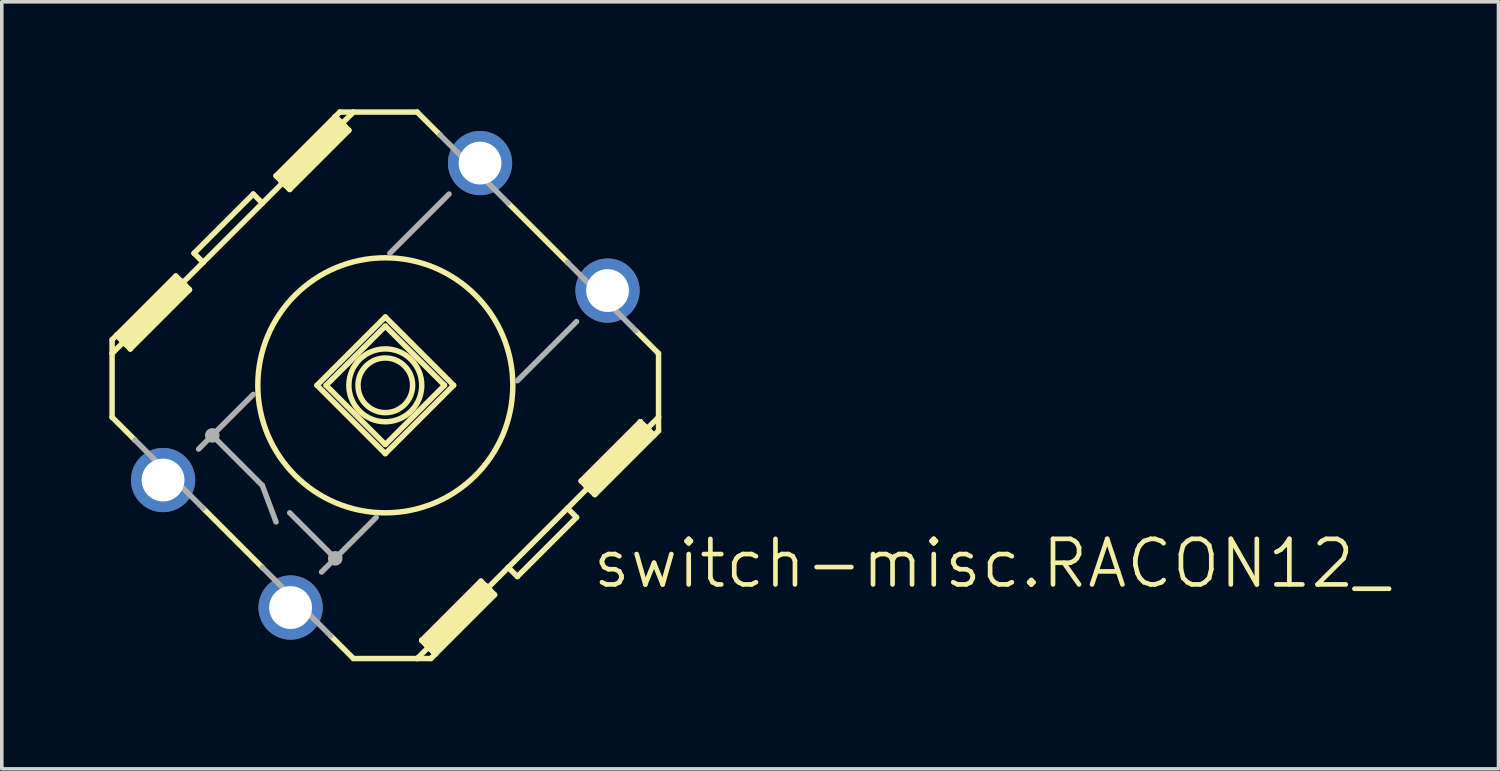
<source format=kicad_pcb>
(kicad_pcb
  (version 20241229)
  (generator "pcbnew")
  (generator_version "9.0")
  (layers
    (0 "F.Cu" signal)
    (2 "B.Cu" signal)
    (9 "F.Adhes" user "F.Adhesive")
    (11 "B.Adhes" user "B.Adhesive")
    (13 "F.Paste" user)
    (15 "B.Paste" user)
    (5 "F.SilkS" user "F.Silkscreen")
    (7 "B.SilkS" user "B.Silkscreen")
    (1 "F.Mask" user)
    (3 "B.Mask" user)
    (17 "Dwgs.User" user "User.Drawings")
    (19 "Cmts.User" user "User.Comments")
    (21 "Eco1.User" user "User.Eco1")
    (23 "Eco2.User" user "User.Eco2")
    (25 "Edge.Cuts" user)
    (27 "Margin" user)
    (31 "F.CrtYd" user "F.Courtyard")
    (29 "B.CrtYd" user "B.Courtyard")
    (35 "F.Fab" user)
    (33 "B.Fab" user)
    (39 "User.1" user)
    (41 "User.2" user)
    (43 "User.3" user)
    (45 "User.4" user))
  (footprint "switch-misc.RACON12_"
    (layer "F.Cu")
    (at 7.696 7.696)
    (property "Reference" "switch-misc.RACON12_" (at 5.715 5.715 0) (layer "F.SilkS") (effects (font (size 1.27 1.27) (thickness 0.13)) (justify left bottom)))
    (attr through_hole)
    (fp_line (start -7.62 -1.27) (end -7.62 -0.889) (stroke (width 0.152) (type default)) (layer "F.SilkS"))
    (fp_line (start -7.62 -0.889) (end -7.62 0.889) (stroke (width 0.152) (type default)) (layer "F.SilkS"))
    (fp_line (start -7.62 -0.889) (end -5.08 -3.429) (stroke (width 0.152) (type default)) (layer "F.SilkS"))
    (fp_line (start -7.62 0.889) (end -6.985 1.524) (stroke (width 0.152) (type default)) (layer "F.SilkS"))
    (fp_line (start -7.493 -1.397) (end -7.62 -1.27) (stroke (width 0.152) (type default)) (layer "F.SilkS"))
    (fp_line (start -7.493 -1.397) (end -7.366 -1.27) (stroke (width 0.152) (type default)) (layer "F.SilkS"))
    (fp_line (start -7.366 -1.397) (end -5.842 -2.921) (stroke (width 0.152) (type default)) (layer "F.SilkS"))
    (fp_line (start -7.366 -1.27) (end -7.366 -1.397) (stroke (width 0.152) (type default)) (layer "F.SilkS"))
    (fp_line (start -7.366 -1.27) (end -7.239 -1.143) (stroke (width 0.152) (type default)) (layer "F.SilkS"))
    (fp_line (start -7.366 -1.27) (end -5.715 -2.921) (stroke (width 0.152) (type default)) (layer "F.SilkS"))
    (fp_line (start -7.239 -1.143) (end -7.112 -1.016) (stroke (width 0.152) (type default)) (layer "F.SilkS"))
    (fp_line (start -7.112 -1.016) (end -7.112 -1.143) (stroke (width 0.152) (type default)) (layer "F.SilkS"))
    (fp_line (start -7.112 -1.016) (end -5.461 -2.667) (stroke (width 0.152) (type default)) (layer "F.SilkS"))
    (fp_line (start -5.842 -3.048) (end -7.493 -1.397) (stroke (width 0.152) (type default)) (layer "F.SilkS"))
    (fp_line (start -5.715 -2.921) (end -5.842 -3.048) (stroke (width 0.152) (type default)) (layer "F.SilkS"))
    (fp_line (start -5.588 -2.794) (end -7.239 -1.143) (stroke (width 0.152) (type default)) (layer "F.SilkS"))
    (fp_line (start -5.588 -2.794) (end -5.715 -2.921) (stroke (width 0.152) (type default)) (layer "F.SilkS"))
    (fp_line (start -5.588 -2.667) (end -7.112 -1.143) (stroke (width 0.152) (type default)) (layer "F.SilkS"))
    (fp_line (start -5.461 -2.667) (end -5.588 -2.794) (stroke (width 0.152) (type default)) (layer "F.SilkS"))
    (fp_line (start -5.08 -3.429) (end -5.334 -3.683) (stroke (width 0.152) (type default)) (layer "F.SilkS"))
    (fp_line (start -5.08 -3.429) (end -3.429 -5.08) (stroke (width 0.152) (type default)) (layer "F.SilkS"))
    (fp_line (start -5.08 3.429) (end -3.429 5.08) (stroke (width 0.152) (type default)) (layer "F.SilkS"))
    (fp_line (start -3.683 -5.334) (end -5.334 -3.683) (stroke (width 0.152) (type default)) (layer "F.SilkS"))
    (fp_line (start -3.683 -5.334) (end -3.429 -5.08) (stroke (width 0.152) (type default)) (layer "F.SilkS"))
    (fp_line (start -3.429 -5.08) (end -0.889 -7.62) (stroke (width 0.152) (type default)) (layer "F.SilkS"))
    (fp_line (start -3.048 -5.842) (end -2.921 -5.715) (stroke (width 0.152) (type default)) (layer "F.SilkS"))
    (fp_line (start -2.921 -5.842) (end -1.397 -7.366) (stroke (width 0.152) (type default)) (layer "F.SilkS"))
    (fp_line (start -2.921 -5.715) (end -2.794 -5.588) (stroke (width 0.152) (type default)) (layer "F.SilkS"))
    (fp_line (start -2.921 -5.715) (end -1.27 -7.366) (stroke (width 0.152) (type default)) (layer "F.SilkS"))
    (fp_line (start -2.794 -5.588) (end -2.667 -5.461) (stroke (width 0.152) (type default)) (layer "F.SilkS"))
    (fp_line (start -2.667 -5.461) (end -1.016 -7.112) (stroke (width 0.152) (type default)) (layer "F.SilkS"))
    (fp_line (start -1.524 6.985) (end -0.889 7.62) (stroke (width 0.152) (type default)) (layer "F.SilkS"))
    (fp_line (start -1.397 -7.493) (end -3.048 -5.842) (stroke (width 0.152) (type default)) (layer "F.SilkS"))
    (fp_line (start -1.397 -7.493) (end -1.397 -7.366) (stroke (width 0.152) (type default)) (layer "F.SilkS"))
    (fp_line (start -1.27 -7.62) (end -1.397 -7.493) (stroke (width 0.152) (type default)) (layer "F.SilkS"))
    (fp_line (start -1.27 -7.62) (end -0.889 -7.62) (stroke (width 0.152) (type default)) (layer "F.SilkS"))
    (fp_line (start -1.27 -7.366) (end -1.397 -7.493) (stroke (width 0.152) (type default)) (layer "F.SilkS"))
    (fp_line (start -1.143 -7.239) (end -2.794 -5.588) (stroke (width 0.152) (type default)) (layer "F.SilkS"))
    (fp_line (start -1.143 -7.239) (end -1.27 -7.366) (stroke (width 0.152) (type default)) (layer "F.SilkS"))
    (fp_line (start -1.143 -7.239) (end -1.143 -7.112) (stroke (width 0.152) (type default)) (layer "F.SilkS"))
    (fp_line (start -1.143 -7.112) (end -2.667 -5.588) (stroke (width 0.152) (type default)) (layer "F.SilkS"))
    (fp_line (start -1.016 -7.112) (end -1.143 -7.239) (stroke (width 0.152) (type default)) (layer "F.SilkS"))
    (fp_line (start -0.889 -7.62) (end 0.889 -7.62) (stroke (width 0.152) (type default)) (layer "F.SilkS"))
    (fp_line (start -0.889 7.62) (end 0.889 7.62) (stroke (width 0.152) (type default)) (layer "F.SilkS"))
    (fp_line (start 0 -1.905) (end -1.905 0) (stroke (width 0.152) (type default)) (layer "F.SilkS"))
    (fp_line (start 0 -1.905) (end 1.905 0) (stroke (width 0.152) (type default)) (layer "F.SilkS"))
    (fp_line (start 0 -1.651) (end -1.651 0) (stroke (width 0.152) (type default)) (layer "F.SilkS"))
    (fp_line (start 0 -1.651) (end 1.651 0) (stroke (width 0.152) (type default)) (layer "F.SilkS"))
    (fp_line (start 0 1.651) (end -1.651 0) (stroke (width 0.152) (type default)) (layer "F.SilkS"))
    (fp_line (start 0 1.651) (end 1.651 0) (stroke (width 0.152) (type default)) (layer "F.SilkS"))
    (fp_line (start 0 1.905) (end -1.905 0) (stroke (width 0.152) (type default)) (layer "F.SilkS"))
    (fp_line (start 0 1.905) (end 1.905 0) (stroke (width 0.152) (type default)) (layer "F.SilkS"))
    (fp_line (start 0.889 -7.62) (end 1.524 -6.985) (stroke (width 0.152) (type default)) (layer "F.SilkS"))
    (fp_line (start 0.889 7.62) (end 3.429 5.08) (stroke (width 0.152) (type default)) (layer "F.SilkS"))
    (fp_line (start 1.016 7.112) (end 1.143 7.239) (stroke (width 0.152) (type default)) (layer "F.SilkS"))
    (fp_line (start 1.143 7.112) (end 2.667 5.588) (stroke (width 0.152) (type default)) (layer "F.SilkS"))
    (fp_line (start 1.143 7.239) (end 1.143 7.112) (stroke (width 0.152) (type default)) (layer "F.SilkS"))
    (fp_line (start 1.143 7.239) (end 1.27 7.366) (stroke (width 0.152) (type default)) (layer "F.SilkS"))
    (fp_line (start 1.143 7.239) (end 2.794 5.588) (stroke (width 0.152) (type default)) (layer "F.SilkS"))
    (fp_line (start 1.27 7.366) (end 1.397 7.493) (stroke (width 0.152) (type default)) (layer "F.SilkS"))
    (fp_line (start 1.27 7.62) (end 0.889 7.62) (stroke (width 0.152) (type default)) (layer "F.SilkS"))
    (fp_line (start 1.27 7.62) (end 1.397 7.493) (stroke (width 0.152) (type default)) (layer "F.SilkS"))
    (fp_line (start 1.397 7.493) (end 1.016 7.112) (stroke (width 0.152) (type default)) (layer "F.SilkS"))
    (fp_line (start 1.397 7.493) (end 1.397 7.366) (stroke (width 0.152) (type default)) (layer "F.SilkS"))
    (fp_line (start 1.397 7.493) (end 3.048 5.842) (stroke (width 0.152) (type default)) (layer "F.SilkS"))
    (fp_line (start 2.667 5.461) (end 1.016 7.112) (stroke (width 0.152) (type default)) (layer "F.SilkS"))
    (fp_line (start 2.794 5.588) (end 2.667 5.461) (stroke (width 0.152) (type default)) (layer "F.SilkS"))
    (fp_line (start 2.921 5.715) (end 1.27 7.366) (stroke (width 0.152) (type default)) (layer "F.SilkS"))
    (fp_line (start 2.921 5.715) (end 2.794 5.588) (stroke (width 0.152) (type default)) (layer "F.SilkS"))
    (fp_line (start 2.921 5.842) (end 1.397 7.366) (stroke (width 0.152) (type default)) (layer "F.SilkS"))
    (fp_line (start 3.048 5.842) (end 2.921 5.715) (stroke (width 0.152) (type default)) (layer "F.SilkS"))
    (fp_line (start 3.429 -5.08) (end 5.08 -3.429) (stroke (width 0.152) (type default)) (layer "F.SilkS"))
    (fp_line (start 3.429 5.08) (end 7.62 0.889) (stroke (width 0.152) (type default)) (layer "F.SilkS"))
    (fp_line (start 3.683 5.334) (end 3.429 5.08) (stroke (width 0.152) (type default)) (layer "F.SilkS"))
    (fp_line (start 5.08 3.429) (end 5.334 3.683) (stroke (width 0.152) (type default)) (layer "F.SilkS"))
    (fp_line (start 5.334 3.683) (end 3.683 5.334) (stroke (width 0.152) (type default)) (layer "F.SilkS"))
    (fp_line (start 5.461 2.667) (end 5.588 2.794) (stroke (width 0.152) (type default)) (layer "F.SilkS"))
    (fp_line (start 5.588 2.667) (end 7.112 1.143) (stroke (width 0.152) (type default)) (layer "F.SilkS"))
    (fp_line (start 5.588 2.794) (end 5.715 2.921) (stroke (width 0.152) (type default)) (layer "F.SilkS"))
    (fp_line (start 5.588 2.794) (end 7.239 1.143) (stroke (width 0.152) (type default)) (layer "F.SilkS"))
    (fp_line (start 5.715 2.921) (end 5.842 3.048) (stroke (width 0.152) (type default)) (layer "F.SilkS"))
    (fp_line (start 5.842 3.048) (end 7.493 1.397) (stroke (width 0.152) (type default)) (layer "F.SilkS"))
    (fp_line (start 6.985 -1.524) (end 7.62 -0.889) (stroke (width 0.152) (type default)) (layer "F.SilkS"))
    (fp_line (start 7.112 1.016) (end 5.461 2.667) (stroke (width 0.152) (type default)) (layer "F.SilkS"))
    (fp_line (start 7.112 1.016) (end 7.112 1.143) (stroke (width 0.152) (type default)) (layer "F.SilkS"))
    (fp_line (start 7.239 1.143) (end 7.112 1.016) (stroke (width 0.152) (type default)) (layer "F.SilkS"))
    (fp_line (start 7.366 1.27) (end 5.715 2.921) (stroke (width 0.152) (type default)) (layer "F.SilkS"))
    (fp_line (start 7.366 1.27) (end 7.239 1.143) (stroke (width 0.152) (type default)) (layer "F.SilkS"))
    (fp_line (start 7.366 1.27) (end 7.366 1.397) (stroke (width 0.152) (type default)) (layer "F.SilkS"))
    (fp_line (start 7.366 1.397) (end 5.842 2.921) (stroke (width 0.152) (type default)) (layer "F.SilkS"))
    (fp_line (start 7.493 1.397) (end 7.366 1.27) (stroke (width 0.152) (type default)) (layer "F.SilkS"))
    (fp_line (start 7.493 1.397) (end 7.62 1.27) (stroke (width 0.152) (type default)) (layer "F.SilkS"))
    (fp_line (start 7.62 -0.889) (end 7.62 0.889) (stroke (width 0.152) (type default)) (layer "F.SilkS"))
    (fp_line (start 7.62 1.27) (end 7.62 0.889) (stroke (width 0.152) (type default)) (layer "F.SilkS"))
    (fp_circle (center 0 0) (end 0.762 0) (stroke (width 0.152) (type default)) (fill no) (layer "F.SilkS"))
    (fp_circle (center 0 0) (end 1.016 0) (stroke (width 0.152) (type default)) (fill no) (layer "F.SilkS"))
    (fp_circle (center 0 0) (end 3.556 0) (stroke (width 0.152) (type default)) (fill no) (layer "F.SilkS"))
    (fp_line (start -6.604 2.413) (end -5.969 3.048) (stroke (width 0.152) (type default)) (layer "F.Fab"))
    (fp_line (start -6.477 2.286) (end -6.604 2.413) (stroke (width 0.152) (type default)) (layer "F.Fab"))
    (fp_line (start -6.477 2.286) (end -6.477 2.413) (stroke (width 0.152) (type default)) (layer "F.Fab"))
    (fp_line (start -6.477 2.286) (end -5.842 2.921) (stroke (width 0.152) (type default)) (layer "F.Fab"))
    (fp_line (start -6.477 2.413) (end -5.969 2.921) (stroke (width 0.152) (type default)) (layer "F.Fab"))
    (fp_line (start -6.35 2.159) (end -6.985 1.524) (stroke (width 0.152) (type default)) (layer "F.Fab"))
    (fp_line (start -6.35 2.159) (end -6.477 2.286) (stroke (width 0.152) (type default)) (layer "F.Fab"))
    (fp_line (start -6.35 2.286) (end -5.842 2.794) (stroke (width 0.152) (type default)) (layer "F.Fab"))
    (fp_line (start -5.969 3.048) (end -5.842 2.921) (stroke (width 0.152) (type default)) (layer "F.Fab"))
    (fp_line (start -5.842 2.921) (end -5.715 2.794) (stroke (width 0.152) (type default)) (layer "F.Fab"))
    (fp_line (start -5.715 2.794) (end -6.35 2.159) (stroke (width 0.152) (type default)) (layer "F.Fab"))
    (fp_line (start -5.715 2.794) (end -5.842 2.794) (stroke (width 0.152) (type default)) (layer "F.Fab"))
    (fp_line (start -5.207 1.778) (end -4.826 1.397) (stroke (width 0.152) (type default)) (layer "F.Fab"))
    (fp_line (start -5.08 3.429) (end -5.715 2.794) (stroke (width 0.152) (type default)) (layer "F.Fab"))
    (fp_line (start -4.826 1.397) (end -3.683 0.254) (stroke (width 0.152) (type default)) (layer "F.Fab"))
    (fp_line (start -4.826 1.397) (end -3.429 2.794) (stroke (width 0.152) (type default)) (layer "F.Fab"))
    (fp_line (start -3.429 2.794) (end -3.048 3.81) (stroke (width 0.152) (type default)) (layer "F.Fab"))
    (fp_line (start -3.048 5.969) (end -2.413 6.604) (stroke (width 0.152) (type default)) (layer "F.Fab"))
    (fp_line (start -2.921 5.842) (end -3.048 5.969) (stroke (width 0.152) (type default)) (layer "F.Fab"))
    (fp_line (start -2.921 5.842) (end -2.921 5.969) (stroke (width 0.152) (type default)) (layer "F.Fab"))
    (fp_line (start -2.921 5.842) (end -2.286 6.477) (stroke (width 0.152) (type default)) (layer "F.Fab"))
    (fp_line (start -2.921 5.969) (end -2.413 6.477) (stroke (width 0.152) (type default)) (layer "F.Fab"))
    (fp_line (start -2.794 5.715) (end -3.429 5.08) (stroke (width 0.152) (type default)) (layer "F.Fab"))
    (fp_line (start -2.794 5.715) (end -2.921 5.842) (stroke (width 0.152) (type default)) (layer "F.Fab"))
    (fp_line (start -2.794 5.842) (end -2.286 6.35) (stroke (width 0.152) (type default)) (layer "F.Fab"))
    (fp_line (start -2.667 3.556) (end -1.397 4.826) (stroke (width 0.152) (type default)) (layer "F.Fab"))
    (fp_line (start -2.413 6.604) (end -2.286 6.477) (stroke (width 0.152) (type default)) (layer "F.Fab"))
    (fp_line (start -2.286 6.477) (end -2.159 6.35) (stroke (width 0.152) (type default)) (layer "F.Fab"))
    (fp_line (start -2.159 6.35) (end -2.794 5.715) (stroke (width 0.152) (type default)) (layer "F.Fab"))
    (fp_line (start -2.159 6.35) (end -2.286 6.35) (stroke (width 0.152) (type default)) (layer "F.Fab"))
    (fp_line (start -1.524 6.985) (end -2.159 6.35) (stroke (width 0.152) (type default)) (layer "F.Fab"))
    (fp_line (start -1.397 4.826) (end -1.778 5.207) (stroke (width 0.152) (type default)) (layer "F.Fab"))
    (fp_line (start -0.254 3.683) (end -1.397 4.826) (stroke (width 0.152) (type default)) (layer "F.Fab"))
    (fp_line (start 0.127 -3.683) (end 1.778 -5.334) (stroke (width 0.152) (type default)) (layer "F.Fab"))
    (fp_line (start 2.159 -6.35) (end 1.524 -6.985) (stroke (width 0.152) (type default)) (layer "F.Fab"))
    (fp_line (start 2.159 -6.35) (end 2.286 -6.35) (stroke (width 0.152) (type default)) (layer "F.Fab"))
    (fp_line (start 2.286 -6.477) (end 2.159 -6.35) (stroke (width 0.152) (type default)) (layer "F.Fab"))
    (fp_line (start 2.413 -6.604) (end 2.286 -6.477) (stroke (width 0.152) (type default)) (layer "F.Fab"))
    (fp_line (start 2.794 -5.842) (end 2.286 -6.35) (stroke (width 0.152) (type default)) (layer "F.Fab"))
    (fp_line (start 2.794 -5.715) (end 2.159 -6.35) (stroke (width 0.152) (type default)) (layer "F.Fab"))
    (fp_line (start 2.794 -5.715) (end 2.921 -5.842) (stroke (width 0.152) (type default)) (layer "F.Fab"))
    (fp_line (start 2.794 -5.715) (end 3.429 -5.08) (stroke (width 0.152) (type default)) (layer "F.Fab"))
    (fp_line (start 2.921 -5.969) (end 2.413 -6.477) (stroke (width 0.152) (type default)) (layer "F.Fab"))
    (fp_line (start 2.921 -5.842) (end 2.286 -6.477) (stroke (width 0.152) (type default)) (layer "F.Fab"))
    (fp_line (start 2.921 -5.842) (end 2.921 -5.969) (stroke (width 0.152) (type default)) (layer "F.Fab"))
    (fp_line (start 2.921 -5.842) (end 3.048 -5.969) (stroke (width 0.152) (type default)) (layer "F.Fab"))
    (fp_line (start 3.048 -5.969) (end 2.413 -6.604) (stroke (width 0.152) (type default)) (layer "F.Fab"))
    (fp_line (start 5.334 -1.778) (end 3.683 -0.127) (stroke (width 0.152) (type default)) (layer "F.Fab"))
    (fp_line (start 5.715 -2.794) (end 5.842 -2.794) (stroke (width 0.152) (type default)) (layer "F.Fab"))
    (fp_line (start 5.715 -2.794) (end 6.35 -2.159) (stroke (width 0.152) (type default)) (layer "F.Fab"))
    (fp_line (start 5.842 -2.921) (end 5.715 -2.794) (stroke (width 0.152) (type default)) (layer "F.Fab"))
    (fp_line (start 5.969 -3.048) (end 5.842 -2.921) (stroke (width 0.152) (type default)) (layer "F.Fab"))
    (fp_line (start 6.35 -2.286) (end 5.842 -2.794) (stroke (width 0.152) (type default)) (layer "F.Fab"))
    (fp_line (start 6.35 -2.159) (end 5.08 -3.429) (stroke (width 0.152) (type default)) (layer "F.Fab"))
    (fp_line (start 6.35 -2.159) (end 6.477 -2.286) (stroke (width 0.152) (type default)) (layer "F.Fab"))
    (fp_line (start 6.35 -2.159) (end 6.985 -1.524) (stroke (width 0.152) (type default)) (layer "F.Fab"))
    (fp_line (start 6.477 -2.413) (end 5.969 -2.921) (stroke (width 0.152) (type default)) (layer "F.Fab"))
    (fp_line (start 6.477 -2.286) (end 5.842 -2.921) (stroke (width 0.152) (type default)) (layer "F.Fab"))
    (fp_line (start 6.477 -2.286) (end 6.477 -2.413) (stroke (width 0.152) (type default)) (layer "F.Fab"))
    (fp_line (start 6.477 -2.286) (end 6.604 -2.413) (stroke (width 0.152) (type default)) (layer "F.Fab"))
    (fp_line (start 6.604 -2.413) (end 5.969 -3.048) (stroke (width 0.152) (type default)) (layer "F.Fab"))
    (fp_circle (center -4.826 1.397) (end -4.699 1.397) (stroke (width 0.152) (type default)) (fill no) (layer "F.Fab"))
    (fp_circle (center -1.397 4.826) (end -1.27 4.826) (stroke (width 0.152) (type default)) (fill no) (layer "F.Fab"))
    (pad "1" thru_hole circle (at -6.198 2.642) (size 1.791 1.791) (drill 1.194) (layers "*.Cu" "*.Mask"))
    (pad "2" thru_hole circle (at 2.642 -6.198) (size 1.791 1.791) (drill 1.194) (layers "*.Cu" "*.Mask"))
    (pad "3" thru_hole circle (at -2.642 6.198) (size 1.791 1.791) (drill 1.194) (layers "*.Cu" "*.Mask"))
    (pad "4" thru_hole circle (at 6.198 -2.642) (size 1.791 1.791) (drill 1.194) (layers "*.Cu" "*.Mask")))
  (gr_rect
    (start -3 -3)
    (end 38.742 18.392)
    (stroke (width 0.1) (type default))
    (fill no)
    (layer "Edge.Cuts")))
</source>
